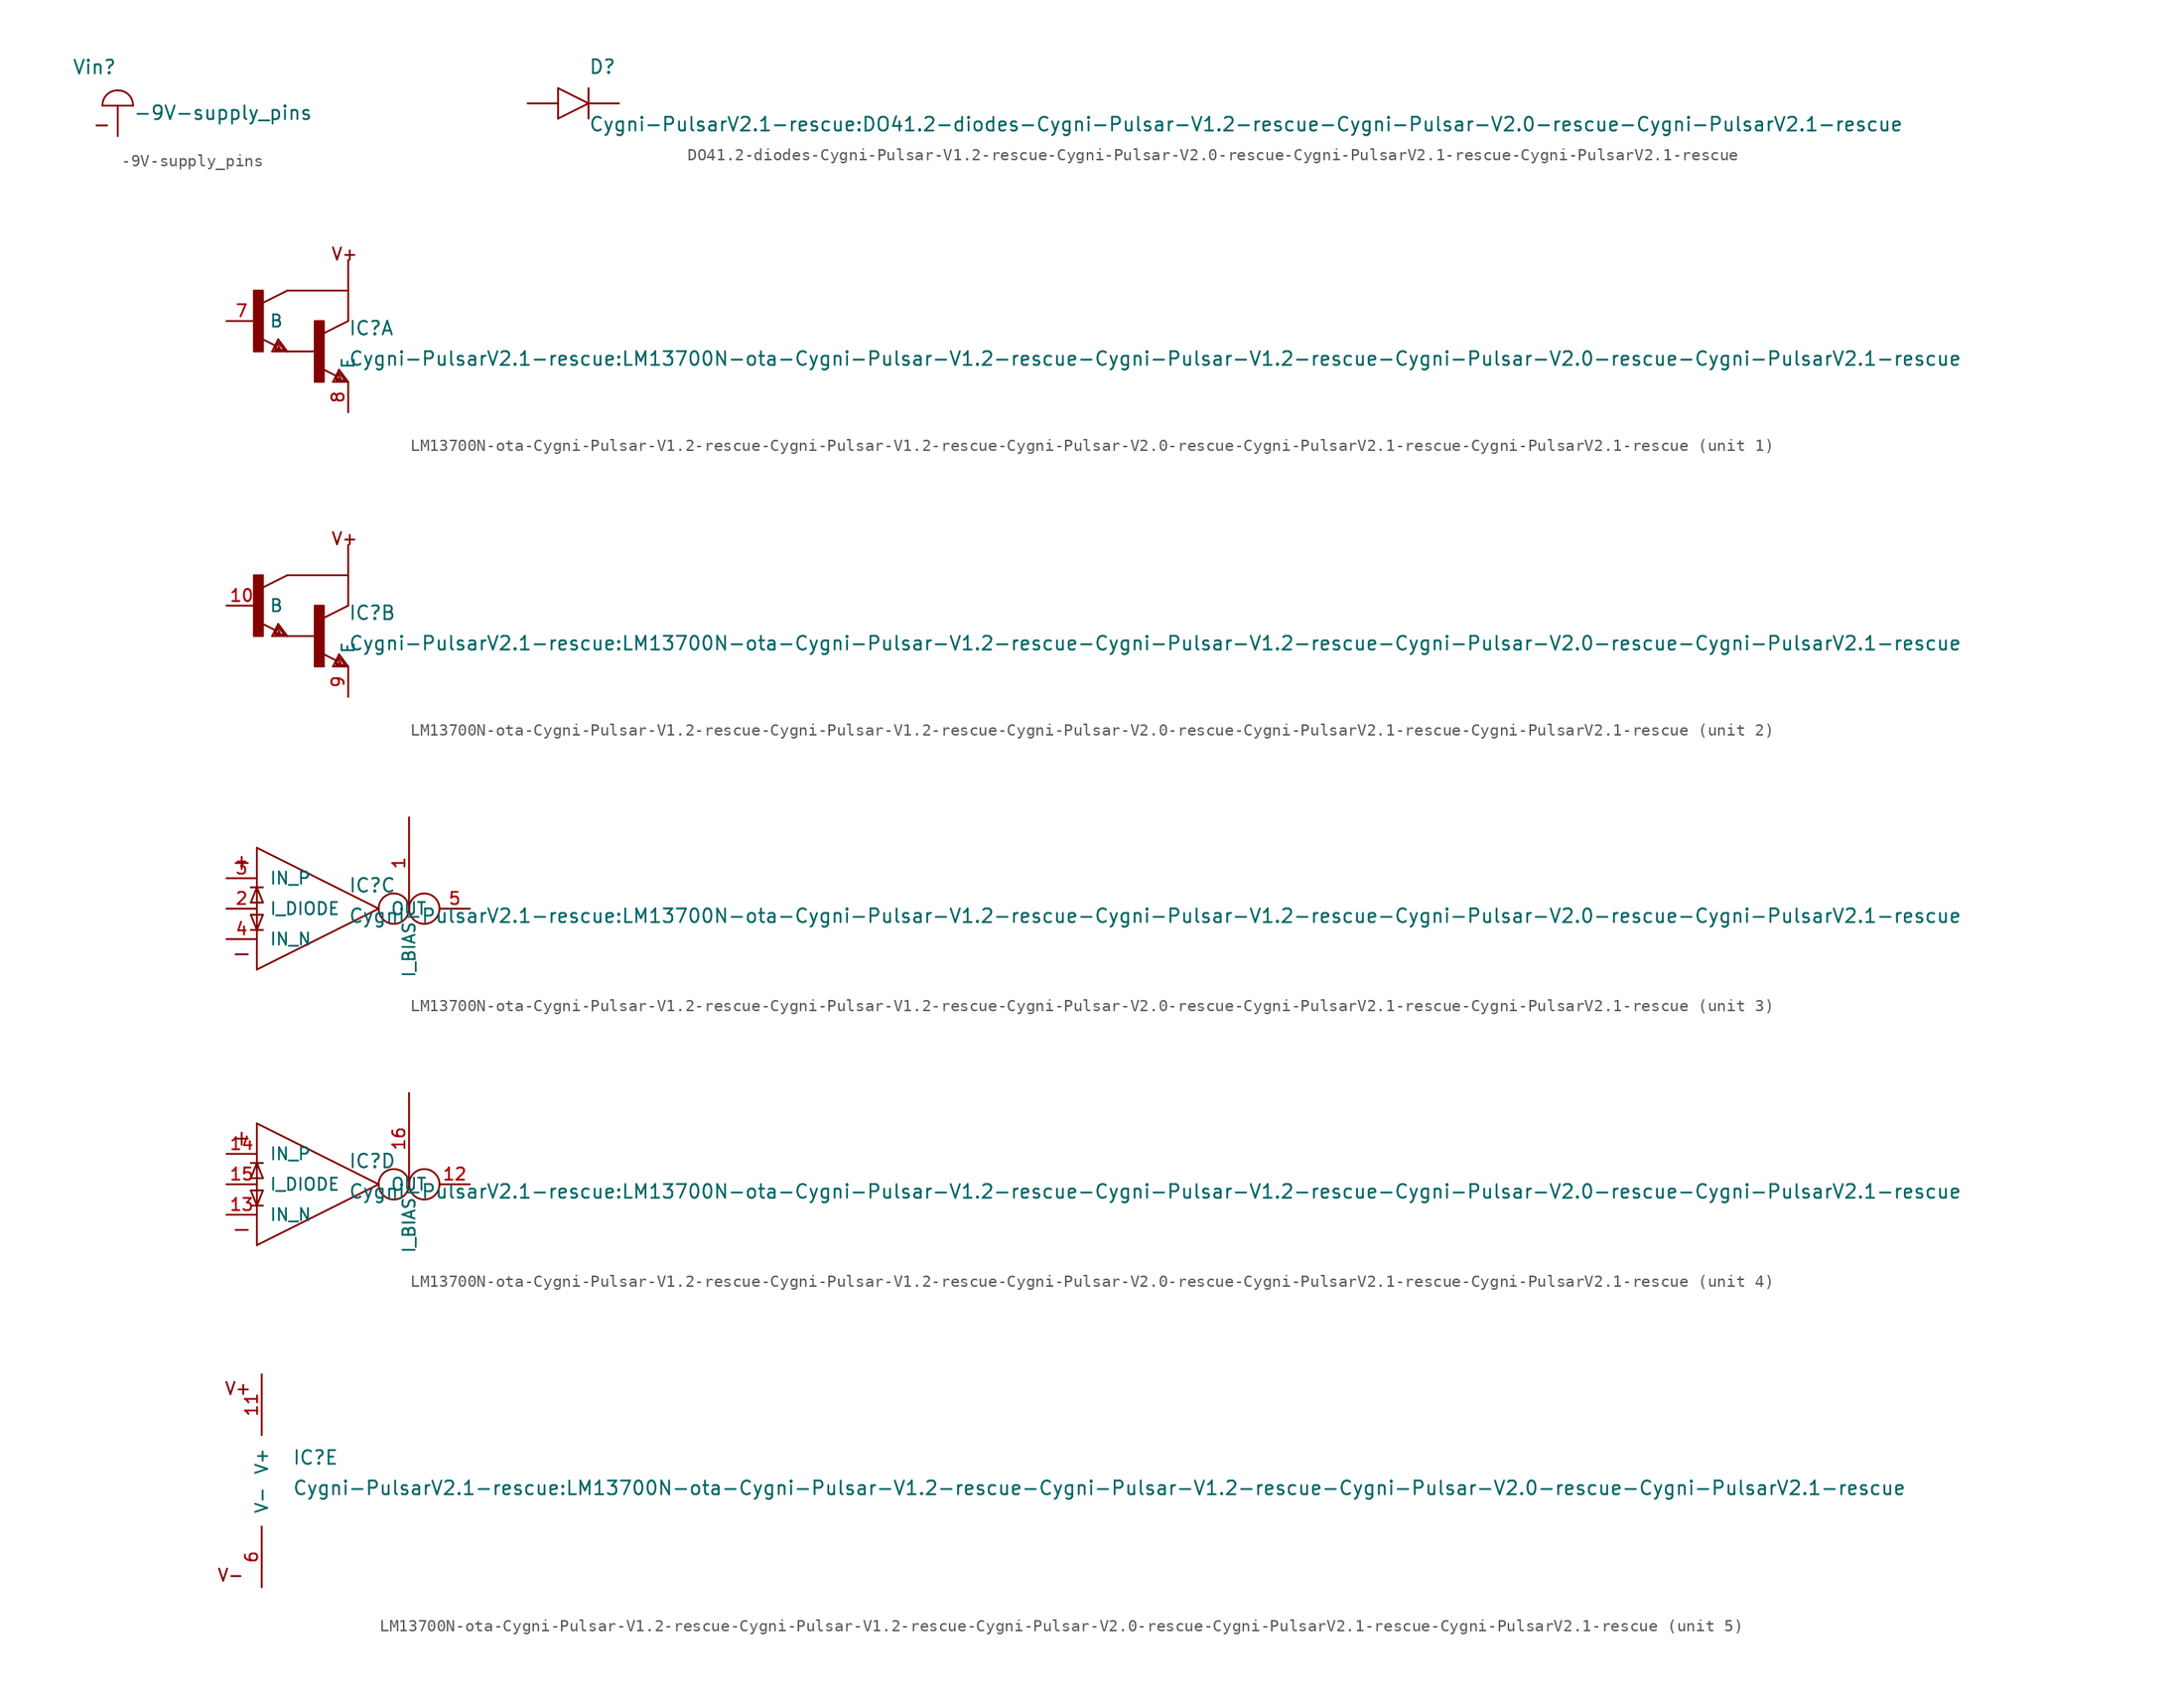
<source format=kicad_sym>
(kicad_symbol_lib
  (version 20220914)
  (generator kicad_symbol_editor)
  (symbol "-9V-supply_pins"
    (power)
    (pin_numbers hide)
    (pin_names
      (offset 1.016) hide)
    (property "Reference" "Vin"
      (at -3.81 3.81 0)
      (effects (font (size 1.143 1.143)) (justify left bottom)))
    (property "Value" "-9V-supply_pins"
      (at 1.27 0 0)
      (effects (font (size 1.143 1.143)) (justify left bottom)))
    (symbol "-9V-supply_pins_0_1"
      (polyline (pts (xy -1.27 1.27) (xy 1.27 1.27)) (stroke (width 0) (type solid)) (fill (type none)))
      (polyline (pts (xy -1.651 -0.381) (xy -1.778 -0.381) (xy -0.889 -0.381)) (stroke (width 0) (type solid)) (fill (type none)))
      (arc (start 0 2.54) (mid -0.9146 2.1771) (end -1.27 1.27) (stroke (width 0) (type solid)) (fill (type none)))
      (arc (start 1.27 1.27) (mid 0.9071 2.1846) (end 0 2.54) (stroke (width 0) (type solid)) (fill (type none))))
    (symbol "-9V-supply_pins_1_1"
      (pin power_in line (at 0 -1.27 90) (length 2.54) (name "+" (effects (font (size 1.016 1.016)))) (number "+" (effects (font (size 1.016 1.016)))))))
  (symbol "DO41.2-diodes-Cygni-Pulsar-V1.2-rescue-Cygni-Pulsar-V2.0-rescue-Cygni-PulsarV2.1-rescue-Cygni-PulsarV2.1-rescue"
    (pin_numbers hide)
    (pin_names
      (offset 1.016) hide)
    (property "Reference" "D"
      (at 0 2.388 0)
      (effects (font (size 1.143 1.143)) (justify left bottom)))
    (property "Value" "Cygni-PulsarV2.1-rescue:DO41.2-diodes-Cygni-Pulsar-V1.2-rescue-Cygni-Pulsar-V2.0-rescue-Cygni-PulsarV2.1-rescue"
      (at 0 -2.413 0)
      (effects (font (size 1.143 1.143)) (justify left bottom)))
    (property "ki_locked" ""
      (at 0 0 0)
      (effects (font (size 1.27 1.27))))
    (symbol "DO41.2-diodes-Cygni-Pulsar-V1.2-rescue-Cygni-Pulsar-V2.0-rescue-Cygni-PulsarV2.1-rescue-Cygni-PulsarV2.1-rescue_1_0"
      (polyline (pts (xy -2.54 -1.27) (xy 0 0)) (stroke (width 0) (type solid)) (fill (type none)))
      (polyline (pts (xy -2.54 1.27) (xy -2.54 -1.27)) (stroke (width 0) (type solid)) (fill (type none)))
      (polyline (pts (xy 0 0) (xy -2.54 1.27)) (stroke (width 0) (type solid)) (fill (type none)))
      (polyline (pts (xy 0 0) (xy 0 -1.27)) (stroke (width 0) (type solid)) (fill (type none)))
      (polyline (pts (xy 0 1.27) (xy 0 0)) (stroke (width 0) (type solid)) (fill (type none))))
    (symbol "DO41.2-diodes-Cygni-Pulsar-V1.2-rescue-Cygni-Pulsar-V2.0-rescue-Cygni-PulsarV2.1-rescue-Cygni-PulsarV2.1-rescue_1_1"
      (pin passive line (at -5.08 0 0) (length 2.54) (name "A" (effects (font (size 1.016 1.016)))) (number "A" (effects (font (size 1.016 1.016)))))
      (pin passive line (at 2.54 0 180) (length 2.54) (name "C" (effects (font (size 1.016 1.016)))) (number "C" (effects (font (size 1.016 1.016)))))))
  (symbol "LM13700N-ota-Cygni-Pulsar-V1.2-rescue-Cygni-Pulsar-V1.2-rescue-Cygni-Pulsar-V2.0-rescue-Cygni-PulsarV2.1-rescue-Cygni-PulsarV2.1-rescue"
    (pin_names
      (offset 1.016))
    (property "Reference" "IC"
      (at 2.54 1.27 0)
      (effects (font (size 1.143 1.143)) (justify left bottom)))
    (property "Value" "Cygni-PulsarV2.1-rescue:LM13700N-ota-Cygni-Pulsar-V1.2-rescue-Cygni-Pulsar-V1.2-rescue-Cygni-Pulsar-V2.0-rescue-Cygni-PulsarV2.1-rescue"
      (at 2.54 -1.27 0)
      (effects (font (size 1.143 1.143)) (justify left bottom)))
    (property "ki_locked" ""
      (at 0 0 0)
      (effects (font (size 1.27 1.27))))
    (symbol "LM13700N-ota-Cygni-Pulsar-V1.2-rescue-Cygni-Pulsar-V1.2-rescue-Cygni-Pulsar-V2.0-rescue-Cygni-PulsarV2.1-rescue-Cygni-PulsarV2.1-rescue_1_0"
      (polyline (pts (xy -3.81 0) (xy -3.302 1.016)) (stroke (width 0) (type solid)) (fill (type none)))
      (polyline (pts (xy -3.556 0.127) (xy -2.794 0.127)) (stroke (width 0) (type solid)) (fill (type none)))
      (polyline (pts (xy -3.556 0.254) (xy -3.175 0.254)) (stroke (width 0) (type solid)) (fill (type none)))
      (polyline (pts (xy -3.531 0.483) (xy -4.75 1.092)) (stroke (width 0) (type solid)) (fill (type none)))
      (polyline (pts (xy -3.302 0.762) (xy -3.556 0.254)) (stroke (width 0) (type solid)) (fill (type none)))
      (polyline (pts (xy -3.302 1.016) (xy -2.54 0)) (stroke (width 0) (type solid)) (fill (type none)))
      (polyline (pts (xy -3.175 0.254) (xy -3.302 0.508)) (stroke (width 0) (type solid)) (fill (type none)))
      (polyline (pts (xy -2.794 0.127) (xy -3.302 0.762)) (stroke (width 0) (type solid)) (fill (type none)))
      (polyline (pts (xy -2.54 0) (xy -3.81 0)) (stroke (width 0) (type solid)) (fill (type none)))
      (polyline (pts (xy -2.54 5.08) (xy -4.572 4.064)) (stroke (width 0) (type solid)) (fill (type none)))
      (polyline (pts (xy -2.54 5.08) (xy 2.54 5.08)) (stroke (width 0) (type solid)) (fill (type none)))
      (polyline (pts (xy 0 0) (xy -2.54 0)) (stroke (width 0) (type solid)) (fill (type none)))
      (polyline (pts (xy 1.27 -2.54) (xy 1.778 -1.524)) (stroke (width 0) (type solid)) (fill (type none)))
      (polyline (pts (xy 1.524 -2.413) (xy 2.286 -2.413)) (stroke (width 0) (type solid)) (fill (type none)))
      (polyline (pts (xy 1.524 -2.286) (xy 1.905 -2.286)) (stroke (width 0) (type solid)) (fill (type none)))
      (polyline (pts (xy 1.524 -2.032) (xy 0.305 -1.422)) (stroke (width 0) (type solid)) (fill (type none)))
      (polyline (pts (xy 1.778 -1.778) (xy 1.524 -2.286)) (stroke (width 0) (type solid)) (fill (type none)))
      (polyline (pts (xy 1.778 -1.524) (xy 2.54 -2.54)) (stroke (width 0) (type solid)) (fill (type none)))
      (polyline (pts (xy 1.905 -2.286) (xy 1.778 -2.032)) (stroke (width 0) (type solid)) (fill (type none)))
      (polyline (pts (xy 2.286 -2.413) (xy 1.778 -1.778)) (stroke (width 0) (type solid)) (fill (type none)))
      (polyline (pts (xy 2.54 -2.54) (xy 1.27 -2.54)) (stroke (width 0) (type solid)) (fill (type none)))
      (polyline (pts (xy 2.54 2.54) (xy 0.508 1.524)) (stroke (width 0) (type solid)) (fill (type none)))
      (polyline (pts (xy 2.54 2.54) (xy 2.54 5.08)) (stroke (width 0) (type solid)) (fill (type none)))
      (polyline (pts (xy 2.54 5.08) (xy 2.54 7.62)) (stroke (width 0) (type solid)) (fill (type none)))
      (text "V+" (at 2.235 8.128 0) (effects (font (size 1.016 1.016)))))
    (symbol "LM13700N-ota-Cygni-Pulsar-V1.2-rescue-Cygni-Pulsar-V1.2-rescue-Cygni-Pulsar-V2.0-rescue-Cygni-PulsarV2.1-rescue-Cygni-PulsarV2.1-rescue_1_1"
      (rectangle (start -5.334 0) (end -4.572 5.08) (stroke (width 0) (type solid)) (fill (type outline)))
      (rectangle (start -0.254 -2.54) (end 0.508 2.54) (stroke (width 0) (type solid)) (fill (type outline)))
      (pin passive line (at -7.62 2.54 0) (length 2.54) (name "B" (effects (font (size 1.016 1.016)))) (number "7" (effects (font (size 1.016 1.016)))))
      (pin passive line (at 2.54 -5.08 90) (length 2.54) (name "E" (effects (font (size 1.016 1.016)))) (number "8" (effects (font (size 1.016 1.016))))))
    (symbol "LM13700N-ota-Cygni-Pulsar-V1.2-rescue-Cygni-Pulsar-V1.2-rescue-Cygni-Pulsar-V2.0-rescue-Cygni-PulsarV2.1-rescue-Cygni-PulsarV2.1-rescue_2_0"
      (polyline (pts (xy -3.81 0) (xy -3.302 1.016)) (stroke (width 0) (type solid)) (fill (type none)))
      (polyline (pts (xy -3.556 0.127) (xy -2.794 0.127)) (stroke (width 0) (type solid)) (fill (type none)))
      (polyline (pts (xy -3.556 0.254) (xy -3.175 0.254)) (stroke (width 0) (type solid)) (fill (type none)))
      (polyline (pts (xy -3.531 0.483) (xy -4.75 1.092)) (stroke (width 0) (type solid)) (fill (type none)))
      (polyline (pts (xy -3.302 0.762) (xy -3.556 0.254)) (stroke (width 0) (type solid)) (fill (type none)))
      (polyline (pts (xy -3.302 1.016) (xy -2.54 0)) (stroke (width 0) (type solid)) (fill (type none)))
      (polyline (pts (xy -3.175 0.254) (xy -3.302 0.508)) (stroke (width 0) (type solid)) (fill (type none)))
      (polyline (pts (xy -2.794 0.127) (xy -3.302 0.762)) (stroke (width 0) (type solid)) (fill (type none)))
      (polyline (pts (xy -2.54 0) (xy -3.81 0)) (stroke (width 0) (type solid)) (fill (type none)))
      (polyline (pts (xy -2.54 5.08) (xy -4.572 4.064)) (stroke (width 0) (type solid)) (fill (type none)))
      (polyline (pts (xy -2.54 5.08) (xy 2.54 5.08)) (stroke (width 0) (type solid)) (fill (type none)))
      (polyline (pts (xy 0 0) (xy -2.54 0)) (stroke (width 0) (type solid)) (fill (type none)))
      (polyline (pts (xy 1.27 -2.54) (xy 1.778 -1.524)) (stroke (width 0) (type solid)) (fill (type none)))
      (polyline (pts (xy 1.524 -2.413) (xy 2.286 -2.413)) (stroke (width 0) (type solid)) (fill (type none)))
      (polyline (pts (xy 1.524 -2.286) (xy 1.905 -2.286)) (stroke (width 0) (type solid)) (fill (type none)))
      (polyline (pts (xy 1.524 -2.032) (xy 0.305 -1.422)) (stroke (width 0) (type solid)) (fill (type none)))
      (polyline (pts (xy 1.778 -1.778) (xy 1.524 -2.286)) (stroke (width 0) (type solid)) (fill (type none)))
      (polyline (pts (xy 1.778 -1.524) (xy 2.54 -2.54)) (stroke (width 0) (type solid)) (fill (type none)))
      (polyline (pts (xy 1.905 -2.286) (xy 1.778 -2.032)) (stroke (width 0) (type solid)) (fill (type none)))
      (polyline (pts (xy 2.286 -2.413) (xy 1.778 -1.778)) (stroke (width 0) (type solid)) (fill (type none)))
      (polyline (pts (xy 2.54 -2.54) (xy 1.27 -2.54)) (stroke (width 0) (type solid)) (fill (type none)))
      (polyline (pts (xy 2.54 2.54) (xy 0.508 1.524)) (stroke (width 0) (type solid)) (fill (type none)))
      (polyline (pts (xy 2.54 2.54) (xy 2.54 5.08)) (stroke (width 0) (type solid)) (fill (type none)))
      (polyline (pts (xy 2.54 5.08) (xy 2.54 7.62)) (stroke (width 0) (type solid)) (fill (type none)))
      (text "V+" (at 2.235 8.128 0) (effects (font (size 1.016 1.016)))))
    (symbol "LM13700N-ota-Cygni-Pulsar-V1.2-rescue-Cygni-Pulsar-V1.2-rescue-Cygni-Pulsar-V2.0-rescue-Cygni-PulsarV2.1-rescue-Cygni-PulsarV2.1-rescue_2_1"
      (rectangle (start -5.334 0) (end -4.572 5.08) (stroke (width 0) (type solid)) (fill (type outline)))
      (rectangle (start -0.254 -2.54) (end 0.508 2.54) (stroke (width 0) (type solid)) (fill (type outline)))
      (pin passive line (at -7.62 2.54 0) (length 2.54) (name "B" (effects (font (size 1.016 1.016)))) (number "10" (effects (font (size 1.016 1.016)))))
      (pin passive line (at 2.54 -5.08 90) (length 2.54) (name "E" (effects (font (size 1.016 1.016)))) (number "9" (effects (font (size 1.016 1.016))))))
    (symbol "LM13700N-ota-Cygni-Pulsar-V1.2-rescue-Cygni-Pulsar-V1.2-rescue-Cygni-Pulsar-V2.0-rescue-Cygni-PulsarV2.1-rescue-Cygni-PulsarV2.1-rescue_3_0"
      (polyline (pts (xy -6.858 -3.81) (xy -5.842 -3.81)) (stroke (width 0) (type solid)) (fill (type none)))
      (polyline (pts (xy -6.858 3.81) (xy -5.842 3.81)) (stroke (width 0) (type solid)) (fill (type none)))
      (polyline (pts (xy -6.35 4.318) (xy -6.35 3.302)) (stroke (width 0) (type solid)) (fill (type none)))
      (polyline (pts (xy -5.588 -0.508) (xy -5.08 -1.778)) (stroke (width 0) (type solid)) (fill (type none)))
      (polyline (pts (xy -5.588 0.508) (xy -4.572 0.508)) (stroke (width 0) (type solid)) (fill (type none)))
      (polyline (pts (xy -5.588 1.778) (xy -4.572 1.778)) (stroke (width 0) (type solid)) (fill (type none)))
      (polyline (pts (xy -5.08 -5.08) (xy 5.08 0)) (stroke (width 0) (type solid)) (fill (type none)))
      (polyline (pts (xy -5.08 -1.778) (xy -4.572 -0.508)) (stroke (width 0) (type solid)) (fill (type none)))
      (polyline (pts (xy -5.08 1.778) (xy -5.588 0.508)) (stroke (width 0) (type solid)) (fill (type none)))
      (polyline (pts (xy -5.08 5.08) (xy -5.08 -5.08)) (stroke (width 0) (type solid)) (fill (type none)))
      (polyline (pts (xy -4.572 -1.778) (xy -5.588 -1.778)) (stroke (width 0) (type solid)) (fill (type none)))
      (polyline (pts (xy -4.572 -0.508) (xy -5.588 -0.508)) (stroke (width 0) (type solid)) (fill (type none)))
      (polyline (pts (xy -4.572 0.508) (xy -5.08 1.778)) (stroke (width 0) (type solid)) (fill (type none)))
      (polyline (pts (xy 5.08 0) (xy -5.08 5.08)) (stroke (width 0) (type solid)) (fill (type none))))
    (symbol "LM13700N-ota-Cygni-Pulsar-V1.2-rescue-Cygni-Pulsar-V1.2-rescue-Cygni-Pulsar-V2.0-rescue-Cygni-PulsarV2.1-rescue-Cygni-PulsarV2.1-rescue_3_1"
      (circle (center 6.35 0) (radius 1.27) (stroke (width 0) (type solid)) (fill (type none)))
      (circle (center 8.89 0) (radius 1.27) (stroke (width 0) (type solid)) (fill (type none)))
      (pin input line (at 7.62 7.62 270) (length 7.62) (name "I_BIAS" (effects (font (size 1.016 1.016)))) (number "1" (effects (font (size 1.016 1.016)))))
      (pin input line (at -7.62 0 0) (length 2.54) (name "I_DIODE" (effects (font (size 1.016 1.016)))) (number "2" (effects (font (size 1.016 1.016)))))
      (pin input line (at -7.62 2.54 0) (length 2.54) (name "IN_P" (effects (font (size 1.016 1.016)))) (number "3" (effects (font (size 1.016 1.016)))))
      (pin input line (at -7.62 -2.54 0) (length 2.54) (name "IN_N" (effects (font (size 1.016 1.016)))) (number "4" (effects (font (size 1.016 1.016)))))
      (pin output line (at 12.7 0 180) (length 2.54) (name "OUT" (effects (font (size 1.016 1.016)))) (number "5" (effects (font (size 1.016 1.016))))))
    (symbol "LM13700N-ota-Cygni-Pulsar-V1.2-rescue-Cygni-Pulsar-V1.2-rescue-Cygni-Pulsar-V2.0-rescue-Cygni-PulsarV2.1-rescue-Cygni-PulsarV2.1-rescue_4_0"
      (polyline (pts (xy -6.858 -3.81) (xy -5.842 -3.81)) (stroke (width 0) (type solid)) (fill (type none)))
      (polyline (pts (xy -6.858 3.81) (xy -5.842 3.81)) (stroke (width 0) (type solid)) (fill (type none)))
      (polyline (pts (xy -6.35 4.318) (xy -6.35 3.302)) (stroke (width 0) (type solid)) (fill (type none)))
      (polyline (pts (xy -5.588 -0.508) (xy -5.08 -1.778)) (stroke (width 0) (type solid)) (fill (type none)))
      (polyline (pts (xy -5.588 0.508) (xy -4.572 0.508)) (stroke (width 0) (type solid)) (fill (type none)))
      (polyline (pts (xy -5.588 1.778) (xy -4.572 1.778)) (stroke (width 0) (type solid)) (fill (type none)))
      (polyline (pts (xy -5.08 -5.08) (xy 5.08 0)) (stroke (width 0) (type solid)) (fill (type none)))
      (polyline (pts (xy -5.08 -1.778) (xy -4.572 -0.508)) (stroke (width 0) (type solid)) (fill (type none)))
      (polyline (pts (xy -5.08 1.778) (xy -5.588 0.508)) (stroke (width 0) (type solid)) (fill (type none)))
      (polyline (pts (xy -5.08 5.08) (xy -5.08 -5.08)) (stroke (width 0) (type solid)) (fill (type none)))
      (polyline (pts (xy -4.572 -1.778) (xy -5.588 -1.778)) (stroke (width 0) (type solid)) (fill (type none)))
      (polyline (pts (xy -4.572 -0.508) (xy -5.588 -0.508)) (stroke (width 0) (type solid)) (fill (type none)))
      (polyline (pts (xy -4.572 0.508) (xy -5.08 1.778)) (stroke (width 0) (type solid)) (fill (type none)))
      (polyline (pts (xy 5.08 0) (xy -5.08 5.08)) (stroke (width 0) (type solid)) (fill (type none))))
    (symbol "LM13700N-ota-Cygni-Pulsar-V1.2-rescue-Cygni-Pulsar-V1.2-rescue-Cygni-Pulsar-V2.0-rescue-Cygni-PulsarV2.1-rescue-Cygni-PulsarV2.1-rescue_4_1"
      (circle (center 6.35 0) (radius 1.27) (stroke (width 0) (type solid)) (fill (type none)))
      (circle (center 8.89 0) (radius 1.27) (stroke (width 0) (type solid)) (fill (type none)))
      (pin output line (at 12.7 0 180) (length 2.54) (name "OUT" (effects (font (size 1.016 1.016)))) (number "12" (effects (font (size 1.016 1.016)))))
      (pin input line (at -7.62 -2.54 0) (length 2.54) (name "IN_N" (effects (font (size 1.016 1.016)))) (number "13" (effects (font (size 1.016 1.016)))))
      (pin input line (at -7.62 2.54 0) (length 2.54) (name "IN_P" (effects (font (size 1.016 1.016)))) (number "14" (effects (font (size 1.016 1.016)))))
      (pin input line (at -7.62 0 0) (length 2.54) (name "I_DIODE" (effects (font (size 1.016 1.016)))) (number "15" (effects (font (size 1.016 1.016)))))
      (pin input line (at 7.62 7.62 270) (length 7.62) (name "I_BIAS" (effects (font (size 1.016 1.016)))) (number "16" (effects (font (size 1.016 1.016))))))
    (symbol "LM13700N-ota-Cygni-Pulsar-V1.2-rescue-Cygni-Pulsar-V1.2-rescue-Cygni-Pulsar-V2.0-rescue-Cygni-PulsarV2.1-rescue-Cygni-PulsarV2.1-rescue_5_0"
      (text "V+" (at -1.981 7.696 0) (effects (font (size 1.016 1.016))))
      (text "V-" (at -2.591 -7.874 0) (effects (font (size 1.016 1.016)))))
    (symbol "LM13700N-ota-Cygni-Pulsar-V1.2-rescue-Cygni-Pulsar-V1.2-rescue-Cygni-Pulsar-V2.0-rescue-Cygni-PulsarV2.1-rescue-Cygni-PulsarV2.1-rescue_5_1"
      (pin power_out line (at 0 8.89 270) (length 5.08) (name "V+" (effects (font (size 1.016 1.016)))) (number "11" (effects (font (size 1.016 1.016)))))
      (pin power_out line (at 0 -8.89 90) (length 5.08) (name "V-" (effects (font (size 1.016 1.016)))) (number "6" (effects (font (size 1.016 1.016))))))))
</source>
